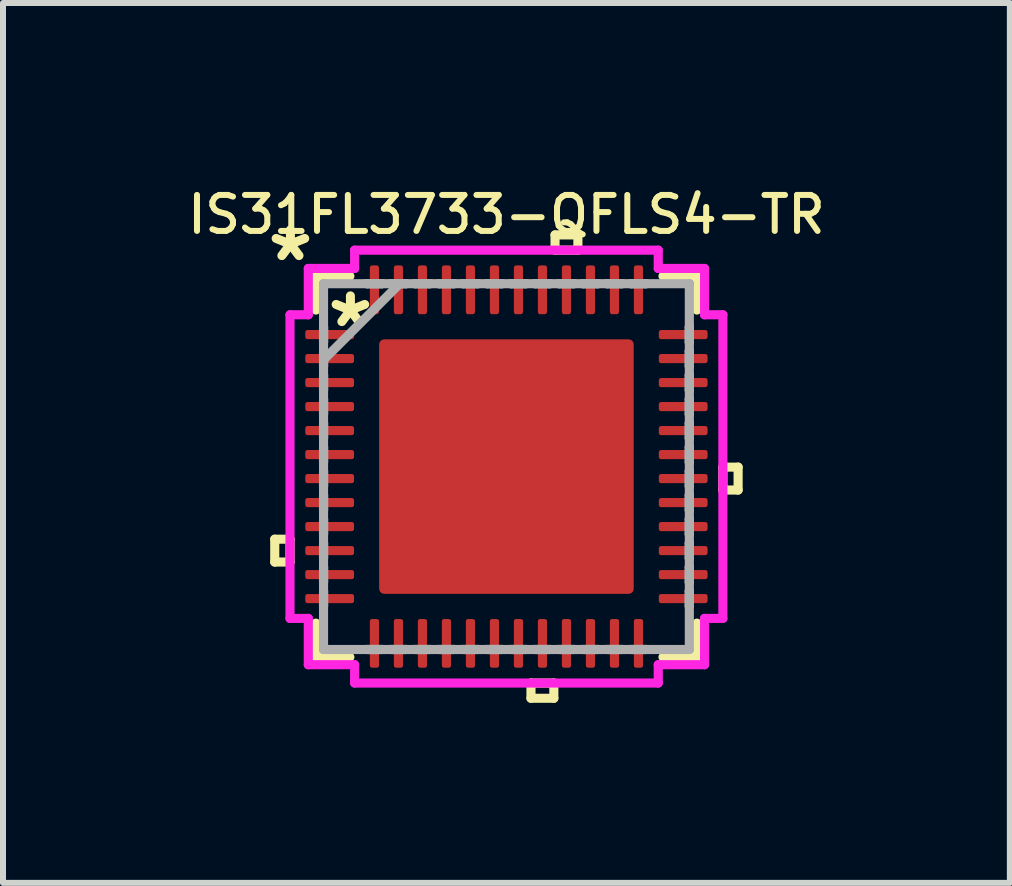
<source format=kicad_pcb>
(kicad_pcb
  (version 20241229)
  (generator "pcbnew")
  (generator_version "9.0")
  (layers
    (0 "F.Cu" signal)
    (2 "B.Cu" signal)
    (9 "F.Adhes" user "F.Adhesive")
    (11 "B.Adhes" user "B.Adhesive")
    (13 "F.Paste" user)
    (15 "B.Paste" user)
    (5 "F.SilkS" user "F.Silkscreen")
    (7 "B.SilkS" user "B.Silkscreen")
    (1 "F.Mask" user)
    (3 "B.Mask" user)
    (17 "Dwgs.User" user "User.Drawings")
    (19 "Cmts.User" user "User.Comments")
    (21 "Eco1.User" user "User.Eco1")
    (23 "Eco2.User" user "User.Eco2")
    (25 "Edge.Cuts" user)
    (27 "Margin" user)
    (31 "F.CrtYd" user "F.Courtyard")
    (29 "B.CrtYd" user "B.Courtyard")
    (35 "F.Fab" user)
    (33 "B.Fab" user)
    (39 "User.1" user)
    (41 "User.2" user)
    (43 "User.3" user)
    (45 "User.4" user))
  (footprint "IS31FL3733-QFLS4-TR"
    (layer "F.Cu")
    (at 5.39 4.726)
    (property "Reference" "IS31FL3733-QFLS4-TR" (at 0 -4.2 0) (layer "F.SilkS") (effects (font (size 0.6 0.6) (thickness 0.1))))
    (attr smd)
    (fp_line (start -3.861 1.21) (end -3.861 1.591) (stroke (width 0.152) (type solid)) (layer "F.SilkS"))
    (fp_line (start -3.861 1.591) (end -3.607 1.591) (stroke (width 0.152) (type solid)) (layer "F.SilkS"))
    (fp_line (start -3.607 1.21) (end -3.861 1.21) (stroke (width 0.152) (type solid)) (layer "F.SilkS"))
    (fp_line (start -3.607 1.591) (end -3.607 1.21) (stroke (width 0.152) (type solid)) (layer "F.SilkS"))
    (fp_line (start -3.175 -3.175) (end -3.175 -2.609) (stroke (width 0.152) (type solid)) (layer "F.SilkS"))
    (fp_line (start -3.175 2.609) (end -3.175 3.175) (stroke (width 0.152) (type solid)) (layer "F.SilkS"))
    (fp_line (start -3.175 3.175) (end -2.609 3.175) (stroke (width 0.152) (type solid)) (layer "F.SilkS"))
    (fp_line (start -2.609 -3.175) (end -3.175 -3.175) (stroke (width 0.152) (type solid)) (layer "F.SilkS"))
    (fp_line (start 0.409 3.607) (end 0.409 3.861) (stroke (width 0.152) (type solid)) (layer "F.SilkS"))
    (fp_line (start 0.409 3.861) (end 0.79 3.861) (stroke (width 0.152) (type solid)) (layer "F.SilkS"))
    (fp_line (start 0.79 3.607) (end 0.409 3.607) (stroke (width 0.152) (type solid)) (layer "F.SilkS"))
    (fp_line (start 0.79 3.861) (end 0.79 3.607) (stroke (width 0.152) (type solid)) (layer "F.SilkS"))
    (fp_line (start 0.81 -3.861) (end 1.191 -3.861) (stroke (width 0.152) (type solid)) (layer "F.SilkS"))
    (fp_line (start 0.81 -3.607) (end 0.81 -3.861) (stroke (width 0.152) (type solid)) (layer "F.SilkS"))
    (fp_line (start 1.191 -3.861) (end 1.191 -3.607) (stroke (width 0.152) (type solid)) (layer "F.SilkS"))
    (fp_line (start 1.191 -3.607) (end 0.81 -3.607) (stroke (width 0.152) (type solid)) (layer "F.SilkS"))
    (fp_line (start 2.609 3.175) (end 3.175 3.175) (stroke (width 0.152) (type solid)) (layer "F.SilkS"))
    (fp_line (start 3.175 -3.175) (end 2.609 -3.175) (stroke (width 0.152) (type solid)) (layer "F.SilkS"))
    (fp_line (start 3.175 -2.609) (end 3.175 -3.175) (stroke (width 0.152) (type solid)) (layer "F.SilkS"))
    (fp_line (start 3.175 3.175) (end 3.175 2.609) (stroke (width 0.152) (type solid)) (layer "F.SilkS"))
    (fp_line (start 3.607 0.009) (end 3.861 0.009) (stroke (width 0.152) (type solid)) (layer "F.SilkS"))
    (fp_line (start 3.607 0.391) (end 3.607 0.009) (stroke (width 0.152) (type solid)) (layer "F.SilkS"))
    (fp_line (start 3.861 0.009) (end 3.861 0.391) (stroke (width 0.152) (type solid)) (layer "F.SilkS"))
    (fp_line (start 3.861 0.391) (end 3.607 0.391) (stroke (width 0.152) (type solid)) (layer "F.SilkS"))
    (fp_line (start -2.021 -2.021) (end -2.021 -0.807) (stroke (width 0.152) (type solid)) (layer "F.Paste"))
    (fp_line (start -2.021 -0.807) (end -0.807 -0.807) (stroke (width 0.152) (type solid)) (layer "F.Paste"))
    (fp_line (start -2.021 -0.607) (end -2.021 0.607) (stroke (width 0.152) (type solid)) (layer "F.Paste"))
    (fp_line (start -2.021 0.607) (end -0.807 0.607) (stroke (width 0.152) (type solid)) (layer "F.Paste"))
    (fp_line (start -2.021 0.807) (end -2.021 2.021) (stroke (width 0.152) (type solid)) (layer "F.Paste"))
    (fp_line (start -2.021 2.021) (end -0.807 2.021) (stroke (width 0.152) (type solid)) (layer "F.Paste"))
    (fp_line (start -0.807 -2.021) (end -2.021 -2.021) (stroke (width 0.152) (type solid)) (layer "F.Paste"))
    (fp_line (start -0.807 -0.807) (end -0.807 -2.021) (stroke (width 0.152) (type solid)) (layer "F.Paste"))
    (fp_line (start -0.807 -0.607) (end -2.021 -0.607) (stroke (width 0.152) (type solid)) (layer "F.Paste"))
    (fp_line (start -0.807 0.607) (end -0.807 -0.607) (stroke (width 0.152) (type solid)) (layer "F.Paste"))
    (fp_line (start -0.807 0.807) (end -2.021 0.807) (stroke (width 0.152) (type solid)) (layer "F.Paste"))
    (fp_line (start -0.807 2.021) (end -0.807 0.807) (stroke (width 0.152) (type solid)) (layer "F.Paste"))
    (fp_line (start -0.607 -2.021) (end -0.607 -0.807) (stroke (width 0.152) (type solid)) (layer "F.Paste"))
    (fp_line (start -0.607 -0.807) (end 0.607 -0.807) (stroke (width 0.152) (type solid)) (layer "F.Paste"))
    (fp_line (start -0.607 -0.607) (end -0.607 0.607) (stroke (width 0.152) (type solid)) (layer "F.Paste"))
    (fp_line (start -0.607 0.607) (end 0.607 0.607) (stroke (width 0.152) (type solid)) (layer "F.Paste"))
    (fp_line (start -0.607 0.807) (end -0.607 2.021) (stroke (width 0.152) (type solid)) (layer "F.Paste"))
    (fp_line (start -0.607 2.021) (end 0.607 2.021) (stroke (width 0.152) (type solid)) (layer "F.Paste"))
    (fp_line (start 0.607 -2.021) (end -0.607 -2.021) (stroke (width 0.152) (type solid)) (layer "F.Paste"))
    (fp_line (start 0.607 -0.807) (end 0.607 -2.021) (stroke (width 0.152) (type solid)) (layer "F.Paste"))
    (fp_line (start 0.607 -0.607) (end -0.607 -0.607) (stroke (width 0.152) (type solid)) (layer "F.Paste"))
    (fp_line (start 0.607 0.607) (end 0.607 -0.607) (stroke (width 0.152) (type solid)) (layer "F.Paste"))
    (fp_line (start 0.607 0.807) (end -0.607 0.807) (stroke (width 0.152) (type solid)) (layer "F.Paste"))
    (fp_line (start 0.607 2.021) (end 0.607 0.807) (stroke (width 0.152) (type solid)) (layer "F.Paste"))
    (fp_line (start 0.807 -2.021) (end 0.807 -0.807) (stroke (width 0.152) (type solid)) (layer "F.Paste"))
    (fp_line (start 0.807 -0.807) (end 2.021 -0.807) (stroke (width 0.152) (type solid)) (layer "F.Paste"))
    (fp_line (start 0.807 -0.607) (end 0.807 0.607) (stroke (width 0.152) (type solid)) (layer "F.Paste"))
    (fp_line (start 0.807 0.607) (end 2.021 0.607) (stroke (width 0.152) (type solid)) (layer "F.Paste"))
    (fp_line (start 0.807 0.807) (end 0.807 2.021) (stroke (width 0.152) (type solid)) (layer "F.Paste"))
    (fp_line (start 0.807 2.021) (end 2.021 2.021) (stroke (width 0.152) (type solid)) (layer "F.Paste"))
    (fp_line (start 2.021 -2.021) (end 0.807 -2.021) (stroke (width 0.152) (type solid)) (layer "F.Paste"))
    (fp_line (start 2.021 -0.807) (end 2.021 -2.021) (stroke (width 0.152) (type solid)) (layer "F.Paste"))
    (fp_line (start 2.021 -0.607) (end 0.807 -0.607) (stroke (width 0.152) (type solid)) (layer "F.Paste"))
    (fp_line (start 2.021 0.607) (end 2.021 -0.607) (stroke (width 0.152) (type solid)) (layer "F.Paste"))
    (fp_line (start 2.021 0.807) (end 0.807 0.807) (stroke (width 0.152) (type solid)) (layer "F.Paste"))
    (fp_line (start 2.021 2.021) (end 2.021 0.807) (stroke (width 0.152) (type solid)) (layer "F.Paste"))
    (fp_line (start -3.607 -2.53) (end -3.302 -2.53) (stroke (width 0.152) (type solid)) (layer "F.CrtYd"))
    (fp_line (start -3.607 2.53) (end -3.607 -2.53) (stroke (width 0.152) (type solid)) (layer "F.CrtYd"))
    (fp_line (start -3.302 -3.302) (end -2.53 -3.302) (stroke (width 0.152) (type solid)) (layer "F.CrtYd"))
    (fp_line (start -3.302 -2.53) (end -3.302 -3.302) (stroke (width 0.152) (type solid)) (layer "F.CrtYd"))
    (fp_line (start -3.302 2.53) (end -3.607 2.53) (stroke (width 0.152) (type solid)) (layer "F.CrtYd"))
    (fp_line (start -3.302 3.302) (end -3.302 2.53) (stroke (width 0.152) (type solid)) (layer "F.CrtYd"))
    (fp_line (start -2.53 -3.607) (end 2.53 -3.607) (stroke (width 0.152) (type solid)) (layer "F.CrtYd"))
    (fp_line (start -2.53 -3.302) (end -2.53 -3.607) (stroke (width 0.152) (type solid)) (layer "F.CrtYd"))
    (fp_line (start -2.53 3.302) (end -3.302 3.302) (stroke (width 0.152) (type solid)) (layer "F.CrtYd"))
    (fp_line (start -2.53 3.607) (end -2.53 3.302) (stroke (width 0.152) (type solid)) (layer "F.CrtYd"))
    (fp_line (start 2.53 -3.607) (end 2.53 -3.302) (stroke (width 0.152) (type solid)) (layer "F.CrtYd"))
    (fp_line (start 2.53 -3.302) (end 3.302 -3.302) (stroke (width 0.152) (type solid)) (layer "F.CrtYd"))
    (fp_line (start 2.53 3.302) (end 2.53 3.607) (stroke (width 0.152) (type solid)) (layer "F.CrtYd"))
    (fp_line (start 2.53 3.607) (end -2.53 3.607) (stroke (width 0.152) (type solid)) (layer "F.CrtYd"))
    (fp_line (start 3.302 -3.302) (end 3.302 -2.53) (stroke (width 0.152) (type solid)) (layer "F.CrtYd"))
    (fp_line (start 3.302 -2.53) (end 3.607 -2.53) (stroke (width 0.152) (type solid)) (layer "F.CrtYd"))
    (fp_line (start 3.302 2.53) (end 3.302 3.302) (stroke (width 0.152) (type solid)) (layer "F.CrtYd"))
    (fp_line (start 3.302 3.302) (end 2.53 3.302) (stroke (width 0.152) (type solid)) (layer "F.CrtYd"))
    (fp_line (start 3.607 -2.53) (end 3.607 2.53) (stroke (width 0.152) (type solid)) (layer "F.CrtYd"))
    (fp_line (start 3.607 2.53) (end 3.302 2.53) (stroke (width 0.152) (type solid)) (layer "F.CrtYd"))
    (fp_line (start -3.048 -3.048) (end -3.048 -3.048) (stroke (width 0.152) (type solid)) (layer "F.Fab"))
    (fp_line (start -3.048 -3.048) (end -3.048 3.048) (stroke (width 0.152) (type solid)) (layer "F.Fab"))
    (fp_line (start -3.048 -2.327) (end -3.048 -2.327) (stroke (width 0.152) (type solid)) (layer "F.Fab"))
    (fp_line (start -3.048 -2.327) (end -3.048 -2.073) (stroke (width 0.152) (type solid)) (layer "F.Fab"))
    (fp_line (start -3.048 -2.073) (end -3.048 -2.327) (stroke (width 0.152) (type solid)) (layer "F.Fab"))
    (fp_line (start -3.048 -2.073) (end -3.048 -2.073) (stroke (width 0.152) (type solid)) (layer "F.Fab"))
    (fp_line (start -3.048 -1.927) (end -3.048 -1.927) (stroke (width 0.152) (type solid)) (layer "F.Fab"))
    (fp_line (start -3.048 -1.927) (end -3.048 -1.673) (stroke (width 0.152) (type solid)) (layer "F.Fab"))
    (fp_line (start -3.048 -1.778) (end -1.778 -3.048) (stroke (width 0.152) (type solid)) (layer "F.Fab"))
    (fp_line (start -3.048 -1.673) (end -3.048 -1.927) (stroke (width 0.152) (type solid)) (layer "F.Fab"))
    (fp_line (start -3.048 -1.673) (end -3.048 -1.673) (stroke (width 0.152) (type solid)) (layer "F.Fab"))
    (fp_line (start -3.048 -1.527) (end -3.048 -1.527) (stroke (width 0.152) (type solid)) (layer "F.Fab"))
    (fp_line (start -3.048 -1.527) (end -3.048 -1.273) (stroke (width 0.152) (type solid)) (layer "F.Fab"))
    (fp_line (start -3.048 -1.273) (end -3.048 -1.527) (stroke (width 0.152) (type solid)) (layer "F.Fab"))
    (fp_line (start -3.048 -1.273) (end -3.048 -1.273) (stroke (width 0.152) (type solid)) (layer "F.Fab"))
    (fp_line (start -3.048 -1.127) (end -3.048 -1.127) (stroke (width 0.152) (type solid)) (layer "F.Fab"))
    (fp_line (start -3.048 -1.127) (end -3.048 -0.873) (stroke (width 0.152) (type solid)) (layer "F.Fab"))
    (fp_line (start -3.048 -0.873) (end -3.048 -1.127) (stroke (width 0.152) (type solid)) (layer "F.Fab"))
    (fp_line (start -3.048 -0.873) (end -3.048 -0.873) (stroke (width 0.152) (type solid)) (layer "F.Fab"))
    (fp_line (start -3.048 -0.727) (end -3.048 -0.727) (stroke (width 0.152) (type solid)) (layer "F.Fab"))
    (fp_line (start -3.048 -0.727) (end -3.048 -0.473) (stroke (width 0.152) (type solid)) (layer "F.Fab"))
    (fp_line (start -3.048 -0.473) (end -3.048 -0.727) (stroke (width 0.152) (type solid)) (layer "F.Fab"))
    (fp_line (start -3.048 -0.473) (end -3.048 -0.473) (stroke (width 0.152) (type solid)) (layer "F.Fab"))
    (fp_line (start -3.048 -0.327) (end -3.048 -0.327) (stroke (width 0.152) (type solid)) (layer "F.Fab"))
    (fp_line (start -3.048 -0.327) (end -3.048 -0.073) (stroke (width 0.152) (type solid)) (layer "F.Fab"))
    (fp_line (start -3.048 -0.073) (end -3.048 -0.327) (stroke (width 0.152) (type solid)) (layer "F.Fab"))
    (fp_line (start -3.048 -0.073) (end -3.048 -0.073) (stroke (width 0.152) (type solid)) (layer "F.Fab"))
    (fp_line (start -3.048 0.073) (end -3.048 0.073) (stroke (width 0.152) (type solid)) (layer "F.Fab"))
    (fp_line (start -3.048 0.073) (end -3.048 0.327) (stroke (width 0.152) (type solid)) (layer "F.Fab"))
    (fp_line (start -3.048 0.327) (end -3.048 0.073) (stroke (width 0.152) (type solid)) (layer "F.Fab"))
    (fp_line (start -3.048 0.327) (end -3.048 0.327) (stroke (width 0.152) (type solid)) (layer "F.Fab"))
    (fp_line (start -3.048 0.473) (end -3.048 0.473) (stroke (width 0.152) (type solid)) (layer "F.Fab"))
    (fp_line (start -3.048 0.473) (end -3.048 0.727) (stroke (width 0.152) (type solid)) (layer "F.Fab"))
    (fp_line (start -3.048 0.727) (end -3.048 0.473) (stroke (width 0.152) (type solid)) (layer "F.Fab"))
    (fp_line (start -3.048 0.727) (end -3.048 0.727) (stroke (width 0.152) (type solid)) (layer "F.Fab"))
    (fp_line (start -3.048 0.873) (end -3.048 0.873) (stroke (width 0.152) (type solid)) (layer "F.Fab"))
    (fp_line (start -3.048 0.873) (end -3.048 1.127) (stroke (width 0.152) (type solid)) (layer "F.Fab"))
    (fp_line (start -3.048 1.127) (end -3.048 0.873) (stroke (width 0.152) (type solid)) (layer "F.Fab"))
    (fp_line (start -3.048 1.127) (end -3.048 1.127) (stroke (width 0.152) (type solid)) (layer "F.Fab"))
    (fp_line (start -3.048 1.273) (end -3.048 1.273) (stroke (width 0.152) (type solid)) (layer "F.Fab"))
    (fp_line (start -3.048 1.273) (end -3.048 1.527) (stroke (width 0.152) (type solid)) (layer "F.Fab"))
    (fp_line (start -3.048 1.527) (end -3.048 1.273) (stroke (width 0.152) (type solid)) (layer "F.Fab"))
    (fp_line (start -3.048 1.527) (end -3.048 1.527) (stroke (width 0.152) (type solid)) (layer "F.Fab"))
    (fp_line (start -3.048 1.673) (end -3.048 1.673) (stroke (width 0.152) (type solid)) (layer "F.Fab"))
    (fp_line (start -3.048 1.673) (end -3.048 1.927) (stroke (width 0.152) (type solid)) (layer "F.Fab"))
    (fp_line (start -3.048 1.927) (end -3.048 1.673) (stroke (width 0.152) (type solid)) (layer "F.Fab"))
    (fp_line (start -3.048 1.927) (end -3.048 1.927) (stroke (width 0.152) (type solid)) (layer "F.Fab"))
    (fp_line (start -3.048 2.073) (end -3.048 2.073) (stroke (width 0.152) (type solid)) (layer "F.Fab"))
    (fp_line (start -3.048 2.073) (end -3.048 2.327) (stroke (width 0.152) (type solid)) (layer "F.Fab"))
    (fp_line (start -3.048 2.327) (end -3.048 2.073) (stroke (width 0.152) (type solid)) (layer "F.Fab"))
    (fp_line (start -3.048 2.327) (end -3.048 2.327) (stroke (width 0.152) (type solid)) (layer "F.Fab"))
    (fp_line (start -3.048 3.048) (end -3.048 3.048) (stroke (width 0.152) (type solid)) (layer "F.Fab"))
    (fp_line (start -3.048 3.048) (end 3.048 3.048) (stroke (width 0.152) (type solid)) (layer "F.Fab"))
    (fp_line (start -2.327 -3.048) (end -2.327 -3.048) (stroke (width 0.152) (type solid)) (layer "F.Fab"))
    (fp_line (start -2.327 -3.048) (end -2.073 -3.048) (stroke (width 0.152) (type solid)) (layer "F.Fab"))
    (fp_line (start -2.327 3.048) (end -2.327 3.048) (stroke (width 0.152) (type solid)) (layer "F.Fab"))
    (fp_line (start -2.327 3.048) (end -2.073 3.048) (stroke (width 0.152) (type solid)) (layer "F.Fab"))
    (fp_line (start -2.073 -3.048) (end -2.327 -3.048) (stroke (width 0.152) (type solid)) (layer "F.Fab"))
    (fp_line (start -2.073 -3.048) (end -2.073 -3.048) (stroke (width 0.152) (type solid)) (layer "F.Fab"))
    (fp_line (start -2.073 3.048) (end -2.327 3.048) (stroke (width 0.152) (type solid)) (layer "F.Fab"))
    (fp_line (start -2.073 3.048) (end -2.073 3.048) (stroke (width 0.152) (type solid)) (layer "F.Fab"))
    (fp_line (start -1.927 -3.048) (end -1.927 -3.048) (stroke (width 0.152) (type solid)) (layer "F.Fab"))
    (fp_line (start -1.927 -3.048) (end -1.673 -3.048) (stroke (width 0.152) (type solid)) (layer "F.Fab"))
    (fp_line (start -1.927 3.048) (end -1.927 3.048) (stroke (width 0.152) (type solid)) (layer "F.Fab"))
    (fp_line (start -1.927 3.048) (end -1.673 3.048) (stroke (width 0.152) (type solid)) (layer "F.Fab"))
    (fp_line (start -1.673 -3.048) (end -1.927 -3.048) (stroke (width 0.152) (type solid)) (layer "F.Fab"))
    (fp_line (start -1.673 -3.048) (end -1.673 -3.048) (stroke (width 0.152) (type solid)) (layer "F.Fab"))
    (fp_line (start -1.673 3.048) (end -1.927 3.048) (stroke (width 0.152) (type solid)) (layer "F.Fab"))
    (fp_line (start -1.673 3.048) (end -1.673 3.048) (stroke (width 0.152) (type solid)) (layer "F.Fab"))
    (fp_line (start -1.527 -3.048) (end -1.527 -3.048) (stroke (width 0.152) (type solid)) (layer "F.Fab"))
    (fp_line (start -1.527 -3.048) (end -1.273 -3.048) (stroke (width 0.152) (type solid)) (layer "F.Fab"))
    (fp_line (start -1.527 3.048) (end -1.527 3.048) (stroke (width 0.152) (type solid)) (layer "F.Fab"))
    (fp_line (start -1.527 3.048) (end -1.273 3.048) (stroke (width 0.152) (type solid)) (layer "F.Fab"))
    (fp_line (start -1.273 -3.048) (end -1.527 -3.048) (stroke (width 0.152) (type solid)) (layer "F.Fab"))
    (fp_line (start -1.273 -3.048) (end -1.273 -3.048) (stroke (width 0.152) (type solid)) (layer "F.Fab"))
    (fp_line (start -1.273 3.048) (end -1.527 3.048) (stroke (width 0.152) (type solid)) (layer "F.Fab"))
    (fp_line (start -1.273 3.048) (end -1.273 3.048) (stroke (width 0.152) (type solid)) (layer "F.Fab"))
    (fp_line (start -1.127 -3.048) (end -1.127 -3.048) (stroke (width 0.152) (type solid)) (layer "F.Fab"))
    (fp_line (start -1.127 -3.048) (end -0.873 -3.048) (stroke (width 0.152) (type solid)) (layer "F.Fab"))
    (fp_line (start -1.127 3.048) (end -1.127 3.048) (stroke (width 0.152) (type solid)) (layer "F.Fab"))
    (fp_line (start -1.127 3.048) (end -0.873 3.048) (stroke (width 0.152) (type solid)) (layer "F.Fab"))
    (fp_line (start -0.873 -3.048) (end -1.127 -3.048) (stroke (width 0.152) (type solid)) (layer "F.Fab"))
    (fp_line (start -0.873 -3.048) (end -0.873 -3.048) (stroke (width 0.152) (type solid)) (layer "F.Fab"))
    (fp_line (start -0.873 3.048) (end -1.127 3.048) (stroke (width 0.152) (type solid)) (layer "F.Fab"))
    (fp_line (start -0.873 3.048) (end -0.873 3.048) (stroke (width 0.152) (type solid)) (layer "F.Fab"))
    (fp_line (start -0.727 -3.048) (end -0.727 -3.048) (stroke (width 0.152) (type solid)) (layer "F.Fab"))
    (fp_line (start -0.727 -3.048) (end -0.473 -3.048) (stroke (width 0.152) (type solid)) (layer "F.Fab"))
    (fp_line (start -0.727 3.048) (end -0.727 3.048) (stroke (width 0.152) (type solid)) (layer "F.Fab"))
    (fp_line (start -0.727 3.048) (end -0.473 3.048) (stroke (width 0.152) (type solid)) (layer "F.Fab"))
    (fp_line (start -0.473 -3.048) (end -0.727 -3.048) (stroke (width 0.152) (type solid)) (layer "F.Fab"))
    (fp_line (start -0.473 -3.048) (end -0.473 -3.048) (stroke (width 0.152) (type solid)) (layer "F.Fab"))
    (fp_line (start -0.473 3.048) (end -0.727 3.048) (stroke (width 0.152) (type solid)) (layer "F.Fab"))
    (fp_line (start -0.473 3.048) (end -0.473 3.048) (stroke (width 0.152) (type solid)) (layer "F.Fab"))
    (fp_line (start -0.327 -3.048) (end -0.327 -3.048) (stroke (width 0.152) (type solid)) (layer "F.Fab"))
    (fp_line (start -0.327 -3.048) (end -0.073 -3.048) (stroke (width 0.152) (type solid)) (layer "F.Fab"))
    (fp_line (start -0.327 3.048) (end -0.327 3.048) (stroke (width 0.152) (type solid)) (layer "F.Fab"))
    (fp_line (start -0.327 3.048) (end -0.073 3.048) (stroke (width 0.152) (type solid)) (layer "F.Fab"))
    (fp_line (start -0.073 -3.048) (end -0.327 -3.048) (stroke (width 0.152) (type solid)) (layer "F.Fab"))
    (fp_line (start -0.073 -3.048) (end -0.073 -3.048) (stroke (width 0.152) (type solid)) (layer "F.Fab"))
    (fp_line (start -0.073 3.048) (end -0.327 3.048) (stroke (width 0.152) (type solid)) (layer "F.Fab"))
    (fp_line (start -0.073 3.048) (end -0.073 3.048) (stroke (width 0.152) (type solid)) (layer "F.Fab"))
    (fp_line (start 0.073 -3.048) (end 0.073 -3.048) (stroke (width 0.152) (type solid)) (layer "F.Fab"))
    (fp_line (start 0.073 -3.048) (end 0.327 -3.048) (stroke (width 0.152) (type solid)) (layer "F.Fab"))
    (fp_line (start 0.073 3.048) (end 0.073 3.048) (stroke (width 0.152) (type solid)) (layer "F.Fab"))
    (fp_line (start 0.073 3.048) (end 0.327 3.048) (stroke (width 0.152) (type solid)) (layer "F.Fab"))
    (fp_line (start 0.327 -3.048) (end 0.073 -3.048) (stroke (width 0.152) (type solid)) (layer "F.Fab"))
    (fp_line (start 0.327 -3.048) (end 0.327 -3.048) (stroke (width 0.152) (type solid)) (layer "F.Fab"))
    (fp_line (start 0.327 3.048) (end 0.073 3.048) (stroke (width 0.152) (type solid)) (layer "F.Fab"))
    (fp_line (start 0.327 3.048) (end 0.327 3.048) (stroke (width 0.152) (type solid)) (layer "F.Fab"))
    (fp_line (start 0.473 -3.048) (end 0.473 -3.048) (stroke (width 0.152) (type solid)) (layer "F.Fab"))
    (fp_line (start 0.473 -3.048) (end 0.727 -3.048) (stroke (width 0.152) (type solid)) (layer "F.Fab"))
    (fp_line (start 0.473 3.048) (end 0.473 3.048) (stroke (width 0.152) (type solid)) (layer "F.Fab"))
    (fp_line (start 0.473 3.048) (end 0.727 3.048) (stroke (width 0.152) (type solid)) (layer "F.Fab"))
    (fp_line (start 0.727 -3.048) (end 0.473 -3.048) (stroke (width 0.152) (type solid)) (layer "F.Fab"))
    (fp_line (start 0.727 -3.048) (end 0.727 -3.048) (stroke (width 0.152) (type solid)) (layer "F.Fab"))
    (fp_line (start 0.727 3.048) (end 0.473 3.048) (stroke (width 0.152) (type solid)) (layer "F.Fab"))
    (fp_line (start 0.727 3.048) (end 0.727 3.048) (stroke (width 0.152) (type solid)) (layer "F.Fab"))
    (fp_line (start 0.873 -3.048) (end 0.873 -3.048) (stroke (width 0.152) (type solid)) (layer "F.Fab"))
    (fp_line (start 0.873 -3.048) (end 1.127 -3.048) (stroke (width 0.152) (type solid)) (layer "F.Fab"))
    (fp_line (start 0.873 3.048) (end 0.873 3.048) (stroke (width 0.152) (type solid)) (layer "F.Fab"))
    (fp_line (start 0.873 3.048) (end 1.127 3.048) (stroke (width 0.152) (type solid)) (layer "F.Fab"))
    (fp_line (start 1.127 -3.048) (end 0.873 -3.048) (stroke (width 0.152) (type solid)) (layer "F.Fab"))
    (fp_line (start 1.127 -3.048) (end 1.127 -3.048) (stroke (width 0.152) (type solid)) (layer "F.Fab"))
    (fp_line (start 1.127 3.048) (end 0.873 3.048) (stroke (width 0.152) (type solid)) (layer "F.Fab"))
    (fp_line (start 1.127 3.048) (end 1.127 3.048) (stroke (width 0.152) (type solid)) (layer "F.Fab"))
    (fp_line (start 1.273 -3.048) (end 1.273 -3.048) (stroke (width 0.152) (type solid)) (layer "F.Fab"))
    (fp_line (start 1.273 -3.048) (end 1.527 -3.048) (stroke (width 0.152) (type solid)) (layer "F.Fab"))
    (fp_line (start 1.273 3.048) (end 1.273 3.048) (stroke (width 0.152) (type solid)) (layer "F.Fab"))
    (fp_line (start 1.273 3.048) (end 1.527 3.048) (stroke (width 0.152) (type solid)) (layer "F.Fab"))
    (fp_line (start 1.527 -3.048) (end 1.273 -3.048) (stroke (width 0.152) (type solid)) (layer "F.Fab"))
    (fp_line (start 1.527 -3.048) (end 1.527 -3.048) (stroke (width 0.152) (type solid)) (layer "F.Fab"))
    (fp_line (start 1.527 3.048) (end 1.273 3.048) (stroke (width 0.152) (type solid)) (layer "F.Fab"))
    (fp_line (start 1.527 3.048) (end 1.527 3.048) (stroke (width 0.152) (type solid)) (layer "F.Fab"))
    (fp_line (start 1.673 -3.048) (end 1.673 -3.048) (stroke (width 0.152) (type solid)) (layer "F.Fab"))
    (fp_line (start 1.673 -3.048) (end 1.927 -3.048) (stroke (width 0.152) (type solid)) (layer "F.Fab"))
    (fp_line (start 1.673 3.048) (end 1.673 3.048) (stroke (width 0.152) (type solid)) (layer "F.Fab"))
    (fp_line (start 1.673 3.048) (end 1.927 3.048) (stroke (width 0.152) (type solid)) (layer "F.Fab"))
    (fp_line (start 1.927 -3.048) (end 1.673 -3.048) (stroke (width 0.152) (type solid)) (layer "F.Fab"))
    (fp_line (start 1.927 -3.048) (end 1.927 -3.048) (stroke (width 0.152) (type solid)) (layer "F.Fab"))
    (fp_line (start 1.927 3.048) (end 1.673 3.048) (stroke (width 0.152) (type solid)) (layer "F.Fab"))
    (fp_line (start 1.927 3.048) (end 1.927 3.048) (stroke (width 0.152) (type solid)) (layer "F.Fab"))
    (fp_line (start 2.073 -3.048) (end 2.073 -3.048) (stroke (width 0.152) (type solid)) (layer "F.Fab"))
    (fp_line (start 2.073 -3.048) (end 2.327 -3.048) (stroke (width 0.152) (type solid)) (layer "F.Fab"))
    (fp_line (start 2.073 3.048) (end 2.073 3.048) (stroke (width 0.152) (type solid)) (layer "F.Fab"))
    (fp_line (start 2.073 3.048) (end 2.327 3.048) (stroke (width 0.152) (type solid)) (layer "F.Fab"))
    (fp_line (start 2.327 -3.048) (end 2.073 -3.048) (stroke (width 0.152) (type solid)) (layer "F.Fab"))
    (fp_line (start 2.327 -3.048) (end 2.327 -3.048) (stroke (width 0.152) (type solid)) (layer "F.Fab"))
    (fp_line (start 2.327 3.048) (end 2.073 3.048) (stroke (width 0.152) (type solid)) (layer "F.Fab"))
    (fp_line (start 2.327 3.048) (end 2.327 3.048) (stroke (width 0.152) (type solid)) (layer "F.Fab"))
    (fp_line (start 3.048 -3.048) (end -3.048 -3.048) (stroke (width 0.152) (type solid)) (layer "F.Fab"))
    (fp_line (start 3.048 -3.048) (end 3.048 -3.048) (stroke (width 0.152) (type solid)) (layer "F.Fab"))
    (fp_line (start 3.048 -2.327) (end 3.048 -2.327) (stroke (width 0.152) (type solid)) (layer "F.Fab"))
    (fp_line (start 3.048 -2.327) (end 3.048 -2.073) (stroke (width 0.152) (type solid)) (layer "F.Fab"))
    (fp_line (start 3.048 -2.073) (end 3.048 -2.327) (stroke (width 0.152) (type solid)) (layer "F.Fab"))
    (fp_line (start 3.048 -2.073) (end 3.048 -2.073) (stroke (width 0.152) (type solid)) (layer "F.Fab"))
    (fp_line (start 3.048 -1.927) (end 3.048 -1.927) (stroke (width 0.152) (type solid)) (layer "F.Fab"))
    (fp_line (start 3.048 -1.927) (end 3.048 -1.673) (stroke (width 0.152) (type solid)) (layer "F.Fab"))
    (fp_line (start 3.048 -1.673) (end 3.048 -1.927) (stroke (width 0.152) (type solid)) (layer "F.Fab"))
    (fp_line (start 3.048 -1.673) (end 3.048 -1.673) (stroke (width 0.152) (type solid)) (layer "F.Fab"))
    (fp_line (start 3.048 -1.527) (end 3.048 -1.527) (stroke (width 0.152) (type solid)) (layer "F.Fab"))
    (fp_line (start 3.048 -1.527) (end 3.048 -1.273) (stroke (width 0.152) (type solid)) (layer "F.Fab"))
    (fp_line (start 3.048 -1.273) (end 3.048 -1.527) (stroke (width 0.152) (type solid)) (layer "F.Fab"))
    (fp_line (start 3.048 -1.273) (end 3.048 -1.273) (stroke (width 0.152) (type solid)) (layer "F.Fab"))
    (fp_line (start 3.048 -1.127) (end 3.048 -1.127) (stroke (width 0.152) (type solid)) (layer "F.Fab"))
    (fp_line (start 3.048 -1.127) (end 3.048 -0.873) (stroke (width 0.152) (type solid)) (layer "F.Fab"))
    (fp_line (start 3.048 -0.873) (end 3.048 -1.127) (stroke (width 0.152) (type solid)) (layer "F.Fab"))
    (fp_line (start 3.048 -0.873) (end 3.048 -0.873) (stroke (width 0.152) (type solid)) (layer "F.Fab"))
    (fp_line (start 3.048 -0.727) (end 3.048 -0.727) (stroke (width 0.152) (type solid)) (layer "F.Fab"))
    (fp_line (start 3.048 -0.727) (end 3.048 -0.473) (stroke (width 0.152) (type solid)) (layer "F.Fab"))
    (fp_line (start 3.048 -0.473) (end 3.048 -0.727) (stroke (width 0.152) (type solid)) (layer "F.Fab"))
    (fp_line (start 3.048 -0.473) (end 3.048 -0.473) (stroke (width 0.152) (type solid)) (layer "F.Fab"))
    (fp_line (start 3.048 -0.327) (end 3.048 -0.327) (stroke (width 0.152) (type solid)) (layer "F.Fab"))
    (fp_line (start 3.048 -0.327) (end 3.048 -0.073) (stroke (width 0.152) (type solid)) (layer "F.Fab"))
    (fp_line (start 3.048 -0.073) (end 3.048 -0.327) (stroke (width 0.152) (type solid)) (layer "F.Fab"))
    (fp_line (start 3.048 -0.073) (end 3.048 -0.073) (stroke (width 0.152) (type solid)) (layer "F.Fab"))
    (fp_line (start 3.048 0.073) (end 3.048 0.073) (stroke (width 0.152) (type solid)) (layer "F.Fab"))
    (fp_line (start 3.048 0.073) (end 3.048 0.327) (stroke (width 0.152) (type solid)) (layer "F.Fab"))
    (fp_line (start 3.048 0.327) (end 3.048 0.073) (stroke (width 0.152) (type solid)) (layer "F.Fab"))
    (fp_line (start 3.048 0.327) (end 3.048 0.327) (stroke (width 0.152) (type solid)) (layer "F.Fab"))
    (fp_line (start 3.048 0.473) (end 3.048 0.473) (stroke (width 0.152) (type solid)) (layer "F.Fab"))
    (fp_line (start 3.048 0.473) (end 3.048 0.727) (stroke (width 0.152) (type solid)) (layer "F.Fab"))
    (fp_line (start 3.048 0.727) (end 3.048 0.473) (stroke (width 0.152) (type solid)) (layer "F.Fab"))
    (fp_line (start 3.048 0.727) (end 3.048 0.727) (stroke (width 0.152) (type solid)) (layer "F.Fab"))
    (fp_line (start 3.048 0.873) (end 3.048 0.873) (stroke (width 0.152) (type solid)) (layer "F.Fab"))
    (fp_line (start 3.048 0.873) (end 3.048 1.127) (stroke (width 0.152) (type solid)) (layer "F.Fab"))
    (fp_line (start 3.048 1.127) (end 3.048 0.873) (stroke (width 0.152) (type solid)) (layer "F.Fab"))
    (fp_line (start 3.048 1.127) (end 3.048 1.127) (stroke (width 0.152) (type solid)) (layer "F.Fab"))
    (fp_line (start 3.048 1.273) (end 3.048 1.273) (stroke (width 0.152) (type solid)) (layer "F.Fab"))
    (fp_line (start 3.048 1.273) (end 3.048 1.527) (stroke (width 0.152) (type solid)) (layer "F.Fab"))
    (fp_line (start 3.048 1.527) (end 3.048 1.273) (stroke (width 0.152) (type solid)) (layer "F.Fab"))
    (fp_line (start 3.048 1.527) (end 3.048 1.527) (stroke (width 0.152) (type solid)) (layer "F.Fab"))
    (fp_line (start 3.048 1.673) (end 3.048 1.673) (stroke (width 0.152) (type solid)) (layer "F.Fab"))
    (fp_line (start 3.048 1.673) (end 3.048 1.927) (stroke (width 0.152) (type solid)) (layer "F.Fab"))
    (fp_line (start 3.048 1.927) (end 3.048 1.673) (stroke (width 0.152) (type solid)) (layer "F.Fab"))
    (fp_line (start 3.048 1.927) (end 3.048 1.927) (stroke (width 0.152) (type solid)) (layer "F.Fab"))
    (fp_line (start 3.048 2.073) (end 3.048 2.073) (stroke (width 0.152) (type solid)) (layer "F.Fab"))
    (fp_line (start 3.048 2.073) (end 3.048 2.327) (stroke (width 0.152) (type solid)) (layer "F.Fab"))
    (fp_line (start 3.048 2.327) (end 3.048 2.073) (stroke (width 0.152) (type solid)) (layer "F.Fab"))
    (fp_line (start 3.048 2.327) (end 3.048 2.327) (stroke (width 0.152) (type solid)) (layer "F.Fab"))
    (fp_line (start 3.048 3.048) (end 3.048 -3.048) (stroke (width 0.152) (type solid)) (layer "F.Fab"))
    (fp_line (start 3.048 3.048) (end 3.048 3.048) (stroke (width 0.152) (type solid)) (layer "F.Fab"))
    (fp_text user "*" (at -3.6 -3.4 0) (layer "F.SilkS") (effects (font (size 1 1) (thickness 0.15))))
    (fp_text user "*" (at -2.6 -2.3 0) (layer "F.SilkS") (effects (font (size 1 1) (thickness 0.15))))
    (pad "1" smd roundrect (at -2.946 -2.2 90) (size 0.152 0.813) (layers "F.Cu" "F.Mask" "F.Paste") (roundrect_rratio 0.25))
    (pad "2" smd roundrect (at -2.946 -1.8 90) (size 0.152 0.813) (layers "F.Cu" "F.Mask" "F.Paste") (roundrect_rratio 0.25))
    (pad "3" smd roundrect (at -2.946 -1.4 90) (size 0.152 0.813) (layers "F.Cu" "F.Mask" "F.Paste") (roundrect_rratio 0.25))
    (pad "4" smd roundrect (at -2.946 -1 90) (size 0.152 0.813) (layers "F.Cu" "F.Mask" "F.Paste") (roundrect_rratio 0.25))
    (pad "5" smd roundrect (at -2.946 -0.6 90) (size 0.152 0.813) (layers "F.Cu" "F.Mask" "F.Paste") (roundrect_rratio 0.25))
    (pad "6" smd roundrect (at -2.946 -0.2 90) (size 0.152 0.813) (layers "F.Cu" "F.Mask" "F.Paste") (roundrect_rratio 0.25))
    (pad "7" smd roundrect (at -2.946 0.2 90) (size 0.152 0.813) (layers "F.Cu" "F.Mask" "F.Paste") (roundrect_rratio 0.25))
    (pad "8" smd roundrect (at -2.946 0.6 90) (size 0.152 0.813) (layers "F.Cu" "F.Mask" "F.Paste") (roundrect_rratio 0.25))
    (pad "9" smd roundrect (at -2.946 1 90) (size 0.152 0.813) (layers "F.Cu" "F.Mask" "F.Paste") (roundrect_rratio 0.25))
    (pad "10" smd roundrect (at -2.946 1.4 90) (size 0.152 0.813) (layers "F.Cu" "F.Mask" "F.Paste") (roundrect_rratio 0.25))
    (pad "11" smd roundrect (at -2.946 1.8 90) (size 0.152 0.813) (layers "F.Cu" "F.Mask" "F.Paste") (roundrect_rratio 0.25))
    (pad "12" smd roundrect (at -2.946 2.2 90) (size 0.152 0.813) (layers "F.Cu" "F.Mask" "F.Paste") (roundrect_rratio 0.25))
    (pad "13" smd roundrect (at -2.2 2.946) (size 0.152 0.813) (layers "F.Cu" "F.Mask" "F.Paste") (roundrect_rratio 0.25))
    (pad "14" smd roundrect (at -1.8 2.946) (size 0.152 0.813) (layers "F.Cu" "F.Mask" "F.Paste") (roundrect_rratio 0.25))
    (pad "15" smd roundrect (at -1.4 2.946) (size 0.152 0.813) (layers "F.Cu" "F.Mask" "F.Paste") (roundrect_rratio 0.25))
    (pad "16" smd roundrect (at -1 2.946) (size 0.152 0.813) (layers "F.Cu" "F.Mask" "F.Paste") (roundrect_rratio 0.25))
    (pad "17" smd roundrect (at -0.6 2.946) (size 0.152 0.813) (layers "F.Cu" "F.Mask" "F.Paste") (roundrect_rratio 0.25))
    (pad "18" smd roundrect (at -0.2 2.946) (size 0.152 0.813) (layers "F.Cu" "F.Mask" "F.Paste") (roundrect_rratio 0.25))
    (pad "19" smd roundrect (at 0.2 2.946) (size 0.152 0.813) (layers "F.Cu" "F.Mask" "F.Paste") (roundrect_rratio 0.25))
    (pad "20" smd roundrect (at 0.6 2.946) (size 0.152 0.813) (layers "F.Cu" "F.Mask" "F.Paste") (roundrect_rratio 0.25))
    (pad "21" smd roundrect (at 1 2.946) (size 0.152 0.813) (layers "F.Cu" "F.Mask" "F.Paste") (roundrect_rratio 0.25))
    (pad "22" smd roundrect (at 1.4 2.946) (size 0.152 0.813) (layers "F.Cu" "F.Mask" "F.Paste") (roundrect_rratio 0.25))
    (pad "23" smd roundrect (at 1.8 2.946) (size 0.152 0.813) (layers "F.Cu" "F.Mask" "F.Paste") (roundrect_rratio 0.25))
    (pad "24" smd roundrect (at 2.2 2.946) (size 0.152 0.813) (layers "F.Cu" "F.Mask" "F.Paste") (roundrect_rratio 0.25))
    (pad "25" smd roundrect (at 2.946 2.2 90) (size 0.152 0.813) (layers "F.Cu" "F.Mask" "F.Paste") (roundrect_rratio 0.25))
    (pad "26" smd roundrect (at 2.946 1.8 90) (size 0.152 0.813) (layers "F.Cu" "F.Mask" "F.Paste") (roundrect_rratio 0.25))
    (pad "27" smd roundrect (at 2.946 1.4 90) (size 0.152 0.813) (layers "F.Cu" "F.Mask" "F.Paste") (roundrect_rratio 0.25))
    (pad "28" smd roundrect (at 2.946 1 90) (size 0.152 0.813) (layers "F.Cu" "F.Mask" "F.Paste") (roundrect_rratio 0.25))
    (pad "29" smd roundrect (at 2.946 0.6 90) (size 0.152 0.813) (layers "F.Cu" "F.Mask" "F.Paste") (roundrect_rratio 0.25))
    (pad "30" smd roundrect (at 2.946 0.2 90) (size 0.152 0.813) (layers "F.Cu" "F.Mask" "F.Paste") (roundrect_rratio 0.25))
    (pad "31" smd roundrect (at 2.946 -0.2 90) (size 0.152 0.813) (layers "F.Cu" "F.Mask" "F.Paste") (roundrect_rratio 0.25))
    (pad "32" smd roundrect (at 2.946 -0.6 90) (size 0.152 0.813) (layers "F.Cu" "F.Mask" "F.Paste") (roundrect_rratio 0.25))
    (pad "33" smd roundrect (at 2.946 -1 90) (size 0.152 0.813) (layers "F.Cu" "F.Mask" "F.Paste") (roundrect_rratio 0.25))
    (pad "34" smd roundrect (at 2.946 -1.4 90) (size 0.152 0.813) (layers "F.Cu" "F.Mask" "F.Paste") (roundrect_rratio 0.25))
    (pad "35" smd roundrect (at 2.946 -1.8 90) (size 0.152 0.813) (layers "F.Cu" "F.Mask" "F.Paste") (roundrect_rratio 0.25))
    (pad "36" smd roundrect (at 2.946 -2.2 90) (size 0.152 0.813) (layers "F.Cu" "F.Mask" "F.Paste") (roundrect_rratio 0.25))
    (pad "37" smd roundrect (at 2.2 -2.946) (size 0.152 0.813) (layers "F.Cu" "F.Mask" "F.Paste") (roundrect_rratio 0.25))
    (pad "38" smd roundrect (at 1.8 -2.946) (size 0.152 0.813) (layers "F.Cu" "F.Mask" "F.Paste") (roundrect_rratio 0.25))
    (pad "39" smd roundrect (at 1.4 -2.946) (size 0.152 0.813) (layers "F.Cu" "F.Mask" "F.Paste") (roundrect_rratio 0.25))
    (pad "40" smd roundrect (at 1 -2.946) (size 0.152 0.813) (layers "F.Cu" "F.Mask" "F.Paste") (roundrect_rratio 0.25))
    (pad "41" smd roundrect (at 0.6 -2.946) (size 0.152 0.813) (layers "F.Cu" "F.Mask" "F.Paste") (roundrect_rratio 0.25))
    (pad "42" smd roundrect (at 0.2 -2.946) (size 0.152 0.813) (layers "F.Cu" "F.Mask" "F.Paste") (roundrect_rratio 0.25))
    (pad "43" smd roundrect (at -0.2 -2.946) (size 0.152 0.813) (layers "F.Cu" "F.Mask" "F.Paste") (roundrect_rratio 0.25))
    (pad "44" smd roundrect (at -0.6 -2.946) (size 0.152 0.813) (layers "F.Cu" "F.Mask" "F.Paste") (roundrect_rratio 0.25))
    (pad "45" smd roundrect (at -1 -2.946) (size 0.152 0.813) (layers "F.Cu" "F.Mask" "F.Paste") (roundrect_rratio 0.25))
    (pad "46" smd roundrect (at -1.4 -2.946) (size 0.152 0.813) (layers "F.Cu" "F.Mask" "F.Paste") (roundrect_rratio 0.25))
    (pad "47" smd roundrect (at -1.8 -2.946) (size 0.152 0.813) (layers "F.Cu" "F.Mask" "F.Paste") (roundrect_rratio 0.25))
    (pad "48" smd roundrect (at -2.2 -2.946) (size 0.152 0.813) (layers "F.Cu" "F.Mask" "F.Paste") (roundrect_rratio 0.25))
    (pad "49" smd roundrect (at 0 0) (size 4.242 4.242) (layers "F.Cu" "F.Mask" "F.Paste") (roundrect_rratio 0.02)))
  (gr_rect
    (start -3 -3)
    (end 13.78 11.664)
    (stroke (width 0.1) (type default))
    (fill no)
    (layer "Edge.Cuts")))
</source>
